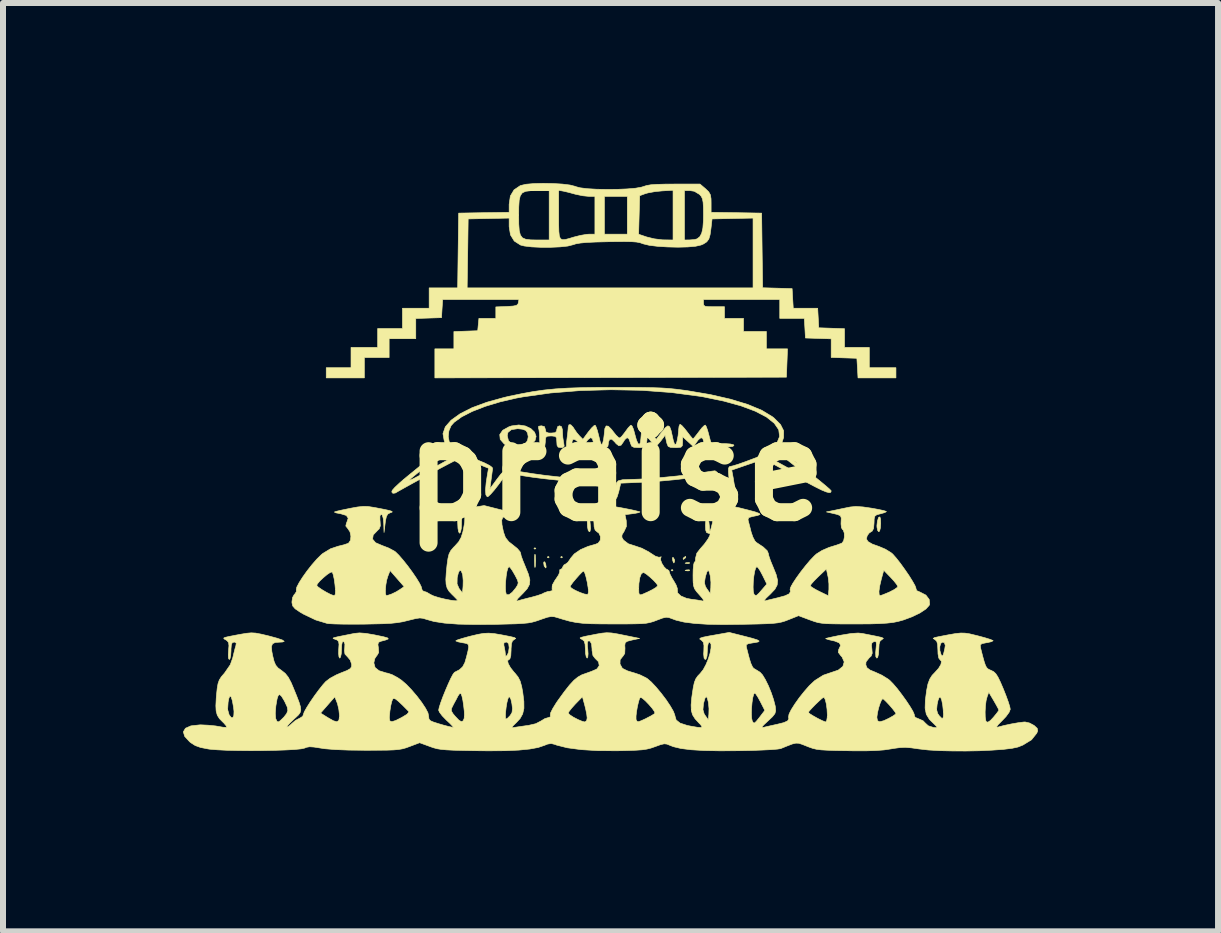
<source format=kicad_pcb>
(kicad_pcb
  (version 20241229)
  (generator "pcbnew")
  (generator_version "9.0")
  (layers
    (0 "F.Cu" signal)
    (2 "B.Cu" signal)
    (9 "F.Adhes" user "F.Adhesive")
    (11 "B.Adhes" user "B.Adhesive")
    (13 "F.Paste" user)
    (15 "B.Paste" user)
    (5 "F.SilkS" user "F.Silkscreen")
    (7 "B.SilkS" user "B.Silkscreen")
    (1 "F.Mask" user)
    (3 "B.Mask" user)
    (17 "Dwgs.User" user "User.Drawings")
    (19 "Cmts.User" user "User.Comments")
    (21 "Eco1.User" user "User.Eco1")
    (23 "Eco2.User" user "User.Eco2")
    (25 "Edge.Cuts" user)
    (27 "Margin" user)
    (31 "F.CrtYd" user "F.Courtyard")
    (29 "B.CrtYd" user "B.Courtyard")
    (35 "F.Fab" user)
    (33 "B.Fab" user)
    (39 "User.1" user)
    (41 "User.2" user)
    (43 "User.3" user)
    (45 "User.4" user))
  (footprint "praise"
    (layer "F.Cu")
    (at 7.212 4.795)
    (property "Reference" "praise" (at 0 0 0) (layer "F.SilkS") (effects (font (size 1.524 1.524) (thickness 0.3))))
    (attr through_hole)
    (fp_poly (pts (xy -1.333 1.294) (xy -1.349 1.306) (xy -1.365 1.294) (xy -1.349 1.282) (xy -1.333 1.294)) (stroke (width 0.01) (type solid)) (fill yes) (layer "F.SilkS"))
    (fp_poly (pts (xy -1.111 1.439) (xy -1.127 1.451) (xy -1.143 1.439) (xy -1.127 1.427) (xy -1.111 1.439)) (stroke (width 0.01) (type solid)) (fill yes) (layer "F.SilkS"))
    (fp_poly (pts (xy -0.889 1.439) (xy -0.905 1.451) (xy -0.921 1.439) (xy -0.905 1.427) (xy -0.889 1.439)) (stroke (width 0.01) (type solid)) (fill yes) (layer "F.SilkS"))
    (fp_poly (pts (xy 0.953 1.657) (xy 0.937 1.669) (xy 0.921 1.657) (xy 0.937 1.645) (xy 0.953 1.657)) (stroke (width 0.01) (type solid)) (fill yes) (layer "F.SilkS"))
    (fp_poly (pts (xy 1.23 1.534) (xy 1.22 1.545) (xy 1.188 1.546) (xy 1.154 1.54) (xy 1.169 1.532) (xy 1.218 1.529) (xy 1.23 1.534)) (stroke (width 0.01) (type solid)) (fill yes) (layer "F.SilkS"))
    (fp_poly (pts (xy 1.23 1.655) (xy 1.22 1.666) (xy 1.188 1.667) (xy 1.154 1.661) (xy 1.169 1.653) (xy 1.218 1.65) (xy 1.23 1.655)) (stroke (width 0.01) (type solid)) (fill yes) (layer "F.SilkS"))
    (fp_poly (pts (xy 0.959 1.447) (xy 0.98 1.488) (xy 0.978 1.515) (xy 0.966 1.536) (xy 0.953 1.512) (xy 0.947 1.492) (xy 0.941 1.448) (xy 0.959 1.446) (xy 0.959 1.447)) (stroke (width 0.01) (type solid)) (fill yes) (layer "F.SilkS"))
    (fp_poly (pts (xy 1.165 1.443) (xy 1.159 1.451) (xy 1.129 1.475) (xy 1.123 1.476) (xy 1.121 1.46) (xy 1.127 1.451) (xy 1.157 1.428) (xy 1.163 1.427) (xy 1.165 1.443)) (stroke (width 0.01) (type solid)) (fill yes) (layer "F.SilkS"))
    (fp_poly (pts (xy -1.169 1.552) (xy -1.169 1.554) (xy -1.161 1.606) (xy -1.17 1.619) (xy -1.192 1.59) (xy -1.195 1.585) (xy -1.203 1.534) (xy -1.199 1.519) (xy -1.185 1.516) (xy -1.169 1.552)) (stroke (width 0.01) (type solid)) (fill yes) (layer "F.SilkS"))
    (fp_poly (pts (xy -1.344 1.396) (xy -1.342 1.409) (xy -1.337 1.5) (xy -1.342 1.591) (xy -1.348 1.612) (xy -1.352 1.59) (xy -1.354 1.529) (xy -1.355 1.5) (xy -1.353 1.427) (xy -1.35 1.391) (xy -1.344 1.396)) (stroke (width 0.01) (type solid)) (fill yes) (layer "F.SilkS"))
    (fp_poly (pts (xy 4.41 0.803) (xy 4.413 0.877) (xy 4.408 0.952) (xy 4.395 1.002) (xy 4.381 1.016) (xy 4.362 0.994) (xy 4.351 0.94) (xy 4.35 0.913) (xy 4.358 0.84) (xy 4.375 0.784) (xy 4.381 0.774) (xy 4.4 0.768) (xy 4.41 0.803)) (stroke (width 0.01) (type solid)) (fill yes) (layer "F.SilkS"))
    (fp_poly (pts (xy -1.508 -0.747) (xy -1.417 -0.704) (xy -1.355 -0.644) (xy -1.329 -0.574) (xy -1.347 -0.503) (xy -1.417 -0.437) (xy -1.417 -0.437) (xy -1.531 -0.395) (xy -1.661 -0.386) (xy -1.784 -0.408) (xy -1.859 -0.446) (xy -1.927 -0.524) (xy -1.933 -0.586) (xy -1.81 -0.586) (xy -1.789 -0.499) (xy -1.727 -0.449) (xy -1.64 -0.435) (xy -1.557 -0.444) (xy -1.499 -0.464) (xy -1.499 -0.464) (xy -1.471 -0.508) (xy -1.46 -0.568) (xy -1.472 -0.631) (xy -1.499 -0.672) (xy -1.556 -0.693) (xy -1.635 -0.702) (xy -1.741 -0.686) (xy -1.798 -0.64) (xy -1.81 -0.586) (xy -1.933 -0.586) (xy -1.935 -0.603) (xy -1.886 -0.675) (xy -1.782 -0.733) (xy -1.738 -0.748) (xy -1.617 -0.764) (xy -1.508 -0.747)) (stroke (width 0.01) (type solid)) (fill yes) (layer "F.SilkS"))
    (fp_poly (pts (xy -0.905 -0.735) (xy -0.891 -0.686) (xy -0.889 -0.644) (xy -0.884 -0.557) (xy -0.872 -0.477) (xy -0.869 -0.463) (xy -0.861 -0.41) (xy -0.881 -0.39) (xy -0.917 -0.387) (xy -0.961 -0.394) (xy -0.98 -0.424) (xy -0.984 -0.484) (xy -0.988 -0.546) (xy -1.008 -0.573) (xy -1.059 -0.58) (xy -1.079 -0.581) (xy -1.141 -0.577) (xy -1.168 -0.556) (xy -1.175 -0.505) (xy -1.175 -0.484) (xy -1.183 -0.417) (xy -1.209 -0.389) (xy -1.222 -0.387) (xy -1.25 -0.398) (xy -1.265 -0.438) (xy -1.27 -0.516) (xy -1.27 -0.53) (xy -1.273 -0.614) (xy -1.281 -0.683) (xy -1.289 -0.712) (xy -1.287 -0.742) (xy -1.242 -0.75) (xy -1.19 -0.737) (xy -1.175 -0.691) (xy -1.175 -0.689) (xy -1.164 -0.646) (xy -1.121 -0.63) (xy -1.079 -0.629) (xy -1.011 -0.635) (xy -0.987 -0.663) (xy -0.984 -0.689) (xy -0.968 -0.738) (xy -0.937 -0.75) (xy -0.905 -0.735)) (stroke (width 0.01) (type solid)) (fill yes) (layer "F.SilkS"))
    (fp_poly (pts (xy 0.673 -0.524) (xy 0.77 -0.652) (xy 0.828 -0.722) (xy 0.868 -0.75) (xy 0.897 -0.733) (xy 0.92 -0.672) (xy 0.935 -0.605) (xy 0.958 -0.502) (xy 0.977 -0.446) (xy 0.994 -0.433) (xy 1.011 -0.463) (xy 1.02 -0.496) (xy 1.037 -0.586) (xy 1.046 -0.676) (xy 1.046 -0.683) (xy 1.053 -0.742) (xy 1.067 -0.773) (xy 1.072 -0.774) (xy 1.099 -0.755) (xy 1.144 -0.705) (xy 1.185 -0.653) (xy 1.235 -0.588) (xy 1.272 -0.544) (xy 1.286 -0.532) (xy 1.306 -0.552) (xy 1.346 -0.602) (xy 1.384 -0.652) (xy 1.434 -0.716) (xy 1.474 -0.755) (xy 1.491 -0.762) (xy 1.507 -0.735) (xy 1.529 -0.673) (xy 1.552 -0.589) (xy 1.554 -0.579) (xy 1.576 -0.498) (xy 1.597 -0.445) (xy 1.613 -0.427) (xy 1.615 -0.429) (xy 1.657 -0.445) (xy 1.734 -0.453) (xy 1.824 -0.453) (xy 1.907 -0.447) (xy 1.96 -0.434) (xy 1.968 -0.424) (xy 1.949 -0.407) (xy 1.885 -0.398) (xy 1.769 -0.396) (xy 1.722 -0.396) (xy 1.476 -0.399) (xy 1.466 -0.478) (xy 1.449 -0.538) (xy 1.419 -0.552) (xy 1.375 -0.518) (xy 1.346 -0.479) (xy 1.294 -0.402) (xy 1.113 -0.568) (xy 1.112 -0.478) (xy 1.108 -0.419) (xy 1.084 -0.393) (xy 1.022 -0.387) (xy 0.988 -0.387) (xy 0.911 -0.39) (xy 0.872 -0.407) (xy 0.852 -0.453) (xy 0.843 -0.49) (xy 0.821 -0.593) (xy 0.752 -0.502) (xy 0.706 -0.447) (xy 0.673 -0.415) (xy 0.666 -0.411) (xy 0.64 -0.43) (xy 0.598 -0.476) (xy 0.586 -0.49) (xy 0.524 -0.568) (xy 0.514 -0.478) (xy 0.503 -0.419) (xy 0.475 -0.393) (xy 0.41 -0.387) (xy 0.383 -0.387) (xy 0.302 -0.391) (xy 0.263 -0.411) (xy 0.243 -0.461) (xy 0.24 -0.472) (xy 0.216 -0.536) (xy 0.186 -0.552) (xy 0.149 -0.52) (xy 0.127 -0.484) (xy 0.088 -0.428) (xy 0.05 -0.417) (xy 0.005 -0.452) (xy -0.021 -0.483) (xy -0.068 -0.527) (xy -0.104 -0.524) (xy -0.124 -0.477) (xy -0.127 -0.44) (xy -0.134 -0.404) (xy -0.169 -0.39) (xy -0.246 -0.392) (xy -0.325 -0.401) (xy -0.361 -0.424) (xy -0.375 -0.475) (xy -0.375 -0.478) (xy -0.392 -0.538) (xy -0.423 -0.552) (xy -0.466 -0.518) (xy -0.495 -0.479) (xy -0.548 -0.401) (xy -0.617 -0.467) (xy -0.678 -0.518) (xy -0.713 -0.526) (xy -0.729 -0.492) (xy -0.73 -0.46) (xy -0.743 -0.404) (xy -0.782 -0.387) (xy -0.81 -0.393) (xy -0.823 -0.419) (xy -0.821 -0.476) (xy -0.814 -0.536) (xy -0.803 -0.623) (xy -0.796 -0.695) (xy -0.794 -0.729) (xy -0.781 -0.768) (xy -0.751 -0.767) (xy -0.712 -0.726) (xy -0.701 -0.708) (xy -0.652 -0.636) (xy -0.607 -0.583) (xy -0.549 -0.525) (xy -0.458 -0.648) (xy -0.406 -0.712) (xy -0.364 -0.752) (xy -0.345 -0.76) (xy -0.33 -0.733) (xy -0.308 -0.671) (xy -0.286 -0.586) (xy -0.283 -0.574) (xy -0.262 -0.488) (xy -0.245 -0.444) (xy -0.232 -0.439) (xy -0.22 -0.46) (xy -0.204 -0.525) (xy -0.194 -0.605) (xy -0.193 -0.617) (xy -0.183 -0.706) (xy -0.161 -0.748) (xy -0.125 -0.743) (xy -0.073 -0.691) (xy -0.047 -0.657) (xy 0.004 -0.593) (xy 0.047 -0.553) (xy 0.068 -0.547) (xy 0.099 -0.575) (xy 0.142 -0.63) (xy 0.159 -0.653) (xy 0.204 -0.714) (xy 0.242 -0.754) (xy 0.251 -0.76) (xy 0.27 -0.746) (xy 0.293 -0.694) (xy 0.315 -0.615) (xy 0.317 -0.605) (xy 0.344 -0.509) (xy 0.37 -0.453) (xy 0.392 -0.44) (xy 0.409 -0.47) (xy 0.417 -0.538) (xy 0.424 -0.623) (xy 0.438 -0.702) (xy 0.441 -0.714) (xy 0.461 -0.786) (xy 0.673 -0.524)) (stroke (width 0.01) (type solid)) (fill yes) (layer "F.SilkS"))
    (fp_poly (pts (xy -1.049 -4.787) (xy -0.894 -4.778) (xy -0.764 -4.762) (xy -0.678 -4.74) (xy -0.668 -4.735) (xy -0.597 -4.716) (xy -0.478 -4.701) (xy -0.325 -4.692) (xy -0.154 -4.689) (xy 0.022 -4.69) (xy 0.188 -4.697) (xy 0.328 -4.709) (xy 0.429 -4.727) (xy 0.454 -4.735) (xy 0.51 -4.753) (xy 0.582 -4.766) (xy 0.683 -4.773) (xy 0.826 -4.777) (xy 0.979 -4.778) (xy 1.402 -4.778) (xy 1.495 -4.699) (xy 1.547 -4.649) (xy 1.575 -4.599) (xy 1.586 -4.533) (xy 1.587 -4.463) (xy 1.587 -4.307) (xy 2.008 -4.301) (xy 2.429 -4.294) (xy 2.437 -3.672) (xy 2.446 -3.05) (xy 2.691 -3.043) (xy 2.937 -3.036) (xy 2.946 -2.873) (xy 2.956 -2.709) (xy 3.363 -2.709) (xy 3.372 -2.546) (xy 3.381 -2.383) (xy 3.81 -2.368) (xy 3.81 -2.212) (xy 3.81 -2.056) (xy 4.223 -2.056) (xy 4.223 -1.718) (xy 4.667 -1.718) (xy 4.667 -1.548) (xy 4.035 -1.548) (xy 4.026 -1.711) (xy 4.016 -1.875) (xy 3.802 -1.882) (xy 3.588 -1.889) (xy 3.588 -2.199) (xy 3.373 -2.206) (xy 3.159 -2.213) (xy 3.15 -2.377) (xy 3.14 -2.54) (xy 2.731 -2.54) (xy 2.731 -2.854) (xy 1.46 -2.854) (xy 1.46 -2.794) (xy 1.465 -2.759) (xy 1.489 -2.741) (xy 1.548 -2.735) (xy 1.635 -2.734) (xy 1.81 -2.734) (xy 1.81 -2.54) (xy 2.127 -2.54) (xy 2.127 -2.322) (xy 2.508 -2.322) (xy 2.508 -2.032) (xy 2.86 -2.032) (xy 2.842 -1.56) (xy -0.087 -1.554) (xy -3.016 -1.548) (xy -3.016 -2.032) (xy -2.699 -2.032) (xy -2.699 -2.32) (xy -2.5 -2.327) (xy -2.302 -2.334) (xy -2.292 -2.437) (xy -2.282 -2.54) (xy -2 -2.54) (xy -2 -2.731) (xy -1.818 -2.738) (xy -1.713 -2.745) (xy -1.657 -2.756) (xy -1.632 -2.778) (xy -1.625 -2.8) (xy -1.615 -2.854) (xy -2.886 -2.854) (xy -2.896 -2.703) (xy -2.905 -2.552) (xy -3.119 -2.545) (xy -3.334 -2.538) (xy -3.334 -2.201) (xy -3.778 -2.201) (xy -3.778 -1.887) (xy -4.191 -1.887) (xy -4.191 -1.548) (xy -4.826 -1.548) (xy -4.826 -1.718) (xy -4.413 -1.718) (xy -4.413 -2.056) (xy -3.969 -2.056) (xy -3.969 -2.371) (xy -3.556 -2.371) (xy -3.556 -2.709) (xy -3.111 -2.709) (xy -3.111 -3.048) (xy -2.636 -3.048) (xy -2.478 -3.048) (xy 2.286 -3.048) (xy 2.286 -3.629) (xy 2.286 -4.211) (xy 1.603 -4.197) (xy 1.585 -4.04) (xy 1.57 -3.933) (xy 1.549 -3.862) (xy 1.514 -3.815) (xy 1.46 -3.78) (xy 1.418 -3.762) (xy 1.33 -3.742) (xy 1.197 -3.73) (xy 1.036 -3.726) (xy 0.865 -3.73) (xy 0.7 -3.74) (xy 0.559 -3.757) (xy 0.459 -3.781) (xy 0.451 -3.784) (xy 0.402 -3.801) (xy 0.343 -3.812) (xy 0.262 -3.818) (xy 0.148 -3.82) (xy -0.011 -3.819) (xy -0.136 -3.817) (xy -0.338 -3.812) (xy -0.487 -3.805) (xy -0.593 -3.795) (xy -0.667 -3.782) (xy -0.714 -3.767) (xy -0.8 -3.745) (xy -0.93 -3.731) (xy -1.087 -3.724) (xy -1.25 -3.724) (xy -1.403 -3.731) (xy -1.526 -3.746) (xy -1.589 -3.762) (xy -1.693 -3.829) (xy -1.756 -3.931) (xy -1.778 -4.069) (xy -1.778 -4.076) (xy -1.778 -4.211) (xy -2.119 -4.204) (xy -2.461 -4.197) (xy -2.469 -3.623) (xy -2.478 -3.048) (xy -2.636 -3.048) (xy -2.62 -4.262) (xy -1.619 -4.262) (xy -1.618 -4.111) (xy -1.61 -4.002) (xy -1.591 -3.928) (xy -1.557 -3.882) (xy -1.501 -3.858) (xy -1.419 -3.848) (xy -1.313 -3.846) (xy -1.111 -3.846) (xy -1.111 -4.103) (xy -0.953 -4.103) (xy -0.95 -3.99) (xy -0.942 -3.913) (xy -0.924 -3.869) (xy -0.892 -3.851) (xy -0.842 -3.854) (xy -0.771 -3.873) (xy -0.699 -3.895) (xy -0.588 -3.923) (xy -0.485 -3.94) (xy -0.463 -3.942) (xy 0.379 -3.942) (xy 0.515 -3.896) (xy 0.637 -3.866) (xy 0.77 -3.849) (xy 0.802 -3.848) (xy 0.953 -3.846) (xy 0.953 -4.669) (xy 1.143 -4.669) (xy 1.143 -3.846) (xy 1.23 -3.847) (xy 1.308 -3.853) (xy 1.353 -3.865) (xy 1.399 -3.901) (xy 1.43 -3.958) (xy 1.45 -4.045) (xy 1.459 -4.168) (xy 1.46 -4.265) (xy 1.459 -4.388) (xy 1.454 -4.473) (xy 1.443 -4.531) (xy 1.424 -4.571) (xy 1.395 -4.605) (xy 1.395 -4.605) (xy 1.307 -4.658) (xy 1.236 -4.669) (xy 1.143 -4.669) (xy 0.953 -4.669) (xy 0.953 -4.675) (xy 0.77 -4.664) (xy 0.65 -4.652) (xy 0.54 -4.632) (xy 0.492 -4.619) (xy 0.397 -4.584) (xy 0.388 -4.263) (xy 0.379 -3.942) (xy -0.463 -3.942) (xy -0.443 -3.943) (xy -0.349 -3.943) (xy -0.349 -4.572) (xy -0.191 -4.572) (xy -0.191 -3.943) (xy 0.191 -3.943) (xy 0.191 -4.572) (xy -0.191 -4.572) (xy -0.349 -4.572) (xy -0.452 -4.573) (xy -0.551 -4.583) (xy -0.662 -4.606) (xy -0.683 -4.611) (xy -0.781 -4.638) (xy -0.866 -4.658) (xy -0.881 -4.661) (xy -0.953 -4.674) (xy -0.953 -4.26) (xy -0.953 -4.103) (xy -1.111 -4.103) (xy -1.111 -4.669) (xy -1.307 -4.669) (xy -1.421 -4.667) (xy -1.504 -4.657) (xy -1.559 -4.631) (xy -1.593 -4.583) (xy -1.611 -4.507) (xy -1.618 -4.395) (xy -1.619 -4.262) (xy -2.62 -4.262) (xy -2.619 -4.294) (xy -2.199 -4.301) (xy -1.778 -4.307) (xy -1.778 -4.441) (xy -1.758 -4.579) (xy -1.697 -4.681) (xy -1.594 -4.751) (xy -1.582 -4.755) (xy -1.496 -4.775) (xy -1.367 -4.786) (xy -1.212 -4.79) (xy -1.049 -4.787)) (stroke (width 0.01) (type solid)) (fill yes) (layer "F.SilkS"))
    (fp_poly (pts (xy 0.234 -1.39) (xy 0.447 -1.388) (xy 0.619 -1.385) (xy 0.761 -1.38) (xy 0.884 -1.372) (xy 1 -1.36) (xy 1.118 -1.345) (xy 1.191 -1.335) (xy 1.574 -1.27) (xy 1.911 -1.193) (xy 2.199 -1.105) (xy 2.432 -1.008) (xy 2.607 -0.902) (xy 2.633 -0.882) (xy 2.743 -0.772) (xy 2.796 -0.667) (xy 2.795 -0.555) (xy 2.771 -0.482) (xy 2.72 -0.362) (xy 3.154 -0.026) (xy 3.288 0.079) (xy 3.405 0.173) (xy 3.499 0.251) (xy 3.562 0.306) (xy 3.588 0.334) (xy 3.588 0.335) (xy 3.581 0.358) (xy 3.555 0.364) (xy 3.506 0.352) (xy 3.428 0.32) (xy 3.316 0.264) (xy 3.163 0.183) (xy 3.001 0.095) (xy 2.47 -0.197) (xy 2.201 -0.105) (xy 1.931 -0.012) (xy 1.956 0.121) (xy 1.979 0.264) (xy 1.986 0.362) (xy 1.974 0.416) (xy 1.943 0.425) (xy 1.892 0.39) (xy 1.819 0.31) (xy 1.722 0.186) (xy 1.677 0.124) (xy 1.635 0.076) (xy 1.59 0.062) (xy 1.527 0.072) (xy 1.383 0.098) (xy 1.193 0.124) (xy 0.977 0.149) (xy 0.752 0.17) (xy 0.536 0.185) (xy 0.445 0.19) (xy 0.081 0.206) (xy 0.048 0.349) (xy 0.02 0.438) (xy -0.014 0.493) (xy -0.049 0.508) (xy -0.073 0.491) (xy -0.087 0.458) (xy -0.108 0.394) (xy -0.126 0.333) (xy -0.163 0.194) (xy -0.407 0.193) (xy -0.556 0.189) (xy -0.744 0.176) (xy -0.956 0.157) (xy -1.172 0.134) (xy -1.374 0.109) (xy -1.546 0.083) (xy -1.648 0.063) (xy -1.807 0.027) (xy -1.959 0.235) (xy -2.027 0.322) (xy -2.086 0.389) (xy -2.128 0.428) (xy -2.143 0.433) (xy -2.166 0.4) (xy -2.172 0.321) (xy -2.161 0.197) (xy -2.147 0.106) (xy -2.122 -0.043) (xy -2.338 -0.13) (xy -2.444 -0.172) (xy -2.53 -0.203) (xy -2.579 -0.217) (xy -2.583 -0.218) (xy -2.614 -0.204) (xy -2.687 -0.167) (xy -2.793 -0.112) (xy -2.924 -0.043) (xy -3.07 0.036) (xy -3.222 0.118) (xy -3.37 0.199) (xy -3.506 0.274) (xy -3.622 0.339) (xy -3.675 0.37) (xy -3.715 0.375) (xy -3.734 0.353) (xy -3.726 0.326) (xy -3.683 0.277) (xy -3.603 0.202) (xy -3.549 0.155) (xy -3.44 0.155) (xy -3.424 0.154) (xy -3.371 0.13) (xy -3.278 0.081) (xy -3.14 0.006) (xy -2.956 -0.096) (xy -2.941 -0.104) (xy -2.597 -0.295) (xy -2.322 -0.187) (xy -2.187 -0.131) (xy -2.103 -0.088) (xy -2.061 -0.056) (xy -2.054 -0.033) (xy -2.061 0.015) (xy -2.071 0.092) (xy -2.08 0.157) (xy -2.1 0.302) (xy -1.979 0.137) (xy -1.915 0.054) (xy -1.869 0.006) (xy -1.831 -0.015) (xy -1.791 -0.017) (xy -1.778 -0.015) (xy -1.713 -0.005) (xy -1.604 0.013) (xy -1.47 0.034) (xy -1.397 0.046) (xy -1.18 0.076) (xy -0.938 0.103) (xy -0.69 0.125) (xy -0.46 0.14) (xy -0.27 0.145) (xy -0.267 0.145) (xy -0.096 0.145) (xy -0.076 0.241) (xy -0.054 0.3) (xy -0.028 0.323) (xy -0.006 0.308) (xy 0 0.267) (xy 0.008 0.204) (xy 0.04 0.167) (xy 0.11 0.149) (xy 0.229 0.144) (xy 0.234 0.144) (xy 0.387 0.139) (xy 0.583 0.127) (xy 0.803 0.108) (xy 1.026 0.086) (xy 1.234 0.061) (xy 1.391 0.038) (xy 1.507 0.02) (xy 1.599 0.006) (xy 1.65 0.000094) (xy 1.653 0) (xy 1.682 0.02) (xy 1.727 0.07) (xy 1.76 0.115) (xy 1.825 0.208) (xy 1.867 0.258) (xy 1.888 0.264) (xy 1.893 0.227) (xy 1.887 0.147) (xy 1.884 0.115) (xy 1.876 0.017) (xy 1.877 -0.041) (xy 1.89 -0.068) (xy 1.907 -0.073) (xy 1.953 -0.083) (xy 2.041 -0.11) (xy 2.154 -0.15) (xy 2.21 -0.171) (xy 2.47 -0.269) (xy 2.894 -0.034) (xy 3.054 0.054) (xy 3.166 0.114) (xy 3.231 0.144) (xy 3.249 0.144) (xy 3.22 0.112) (xy 3.145 0.049) (xy 3.025 -0.048) (xy 2.938 -0.116) (xy 2.829 -0.202) (xy 2.738 -0.276) (xy 2.673 -0.332) (xy 2.642 -0.361) (xy 2.641 -0.362) (xy 2.648 -0.397) (xy 2.677 -0.451) (xy 2.681 -0.457) (xy 2.728 -0.572) (xy 2.714 -0.684) (xy 2.64 -0.792) (xy 2.51 -0.896) (xy 2.324 -0.993) (xy 2.086 -1.082) (xy 1.796 -1.162) (xy 1.458 -1.232) (xy 1.397 -1.242) (xy 0.93 -1.304) (xy 0.432 -1.341) (xy -0.081 -1.351) (xy -0.592 -1.337) (xy -1.087 -1.297) (xy -1.547 -1.232) (xy -1.657 -1.212) (xy -1.928 -1.149) (xy -2.176 -1.074) (xy -2.392 -0.99) (xy -2.568 -0.9) (xy -2.694 -0.809) (xy -2.746 -0.751) (xy -2.782 -0.666) (xy -2.793 -0.57) (xy -2.777 -0.486) (xy -2.765 -0.463) (xy -2.756 -0.449) (xy -2.755 -0.434) (xy -2.765 -0.414) (xy -2.792 -0.384) (xy -2.841 -0.34) (xy -2.915 -0.277) (xy -3.019 -0.192) (xy -3.159 -0.079) (xy -3.3 0.034) (xy -3.374 0.094) (xy -3.422 0.135) (xy -3.44 0.155) (xy -3.549 0.155) (xy -3.482 0.099) (xy -3.319 -0.034) (xy -3.29 -0.058) (xy -3.137 -0.181) (xy -3.022 -0.275) (xy -2.941 -0.344) (xy -2.888 -0.393) (xy -2.859 -0.43) (xy -2.849 -0.457) (xy -2.851 -0.481) (xy -2.861 -0.506) (xy -2.881 -0.619) (xy -2.842 -0.732) (xy -2.745 -0.843) (xy -2.596 -0.95) (xy -2.397 -1.051) (xy -2.151 -1.142) (xy -1.863 -1.222) (xy -1.778 -1.242) (xy -1.569 -1.285) (xy -1.379 -1.32) (xy -1.195 -1.346) (xy -1.005 -1.365) (xy -0.797 -1.378) (xy -0.558 -1.386) (xy -0.278 -1.39) (xy -0.032 -1.39) (xy 0.234 -1.39)) (stroke (width 0.01) (type solid)) (fill yes) (layer "F.SilkS"))
    (fp_poly (pts (xy -1.934 0.645) (xy -1.808 0.677) (xy -1.739 0.701) (xy -1.724 0.718) (xy -1.76 0.736) (xy -1.842 0.758) (xy -1.849 0.759) (xy -1.886 0.78) (xy -1.902 0.823) (xy -1.898 0.897) (xy -1.875 1.009) (xy -1.873 1.019) (xy -1.84 1.112) (xy -1.784 1.182) (xy -1.714 1.237) (xy -1.642 1.295) (xy -1.597 1.348) (xy -1.587 1.372) (xy -1.578 1.417) (xy -1.551 1.492) (xy -1.514 1.582) (xy -1.508 1.597) (xy -1.457 1.723) (xy -1.433 1.818) (xy -1.44 1.894) (xy -1.478 1.965) (xy -1.549 2.043) (xy -1.564 2.058) (xy -1.632 2.127) (xy -1.657 2.163) (xy -1.641 2.169) (xy -1.635 2.167) (xy -1.569 2.148) (xy -1.47 2.122) (xy -1.404 2.106) (xy -1.304 2.078) (xy -1.227 2.051) (xy -1.2 2.036) (xy -1.137 2.012) (xy -1.103 2.008) (xy -1.06 1.997) (xy -1.063 1.96) (xy -1.061 1.93) (xy -0.762 1.93) (xy -0.737 1.957) (xy -0.676 1.992) (xy -0.598 2.027) (xy -0.524 2.053) (xy -0.474 2.061) (xy -0.467 2.059) (xy -0.457 2.025) (xy -0.46 1.963) (xy 0.381 1.963) (xy 0.383 2.033) (xy 0.393 2.064) (xy 0.419 2.066) (xy 0.452 2.054) (xy 0.531 2.019) (xy 0.611 1.979) (xy 0.671 1.942) (xy 0.698 1.915) (xy 0.699 1.914) (xy 0.679 1.881) (xy 0.631 1.828) (xy 0.569 1.771) (xy 0.509 1.722) (xy 0.465 1.695) (xy 0.458 1.693) (xy 0.424 1.716) (xy 0.399 1.78) (xy 0.384 1.877) (xy 0.381 1.963) (xy -0.46 1.963) (xy -0.461 1.954) (xy -0.477 1.858) (xy -0.478 1.853) (xy -0.498 1.766) (xy -0.518 1.702) (xy -0.534 1.671) (xy -0.536 1.67) (xy -0.563 1.688) (xy -0.609 1.735) (xy -0.664 1.797) (xy -0.716 1.859) (xy -0.752 1.909) (xy -0.762 1.93) (xy -1.061 1.93) (xy -1.059 1.904) (xy -1.014 1.823) (xy -1 1.804) (xy -0.956 1.738) (xy -0.935 1.687) (xy -0.936 1.67) (xy -0.934 1.647) (xy -0.923 1.645) (xy -0.893 1.625) (xy -0.889 1.608) (xy -0.863 1.567) (xy -0.842 1.557) (xy -0.801 1.527) (xy -0.761 1.47) (xy -0.757 1.461) (xy -0.693 1.385) (xy -0.588 1.313) (xy -0.462 1.259) (xy -0.413 1.245) (xy -0.336 1.223) (xy -0.294 1.204) (xy -0.26 1.157) (xy -0.257 1.094) (xy -0.283 1.038) (xy -0.31 1.019) (xy -0.345 0.989) (xy -0.362 0.932) (xy -0.365 0.869) (xy -0.373 0.78) (xy -0.398 0.736) (xy -0.407 0.731) (xy -0.429 0.735) (xy -0.437 0.768) (xy -0.432 0.839) (xy -0.429 0.868) (xy -0.421 0.962) (xy -0.431 1.009) (xy -0.442 1.016) (xy -0.461 0.993) (xy -0.473 0.931) (xy -0.476 0.859) (xy -0.479 0.771) (xy -0.491 0.722) (xy -0.513 0.703) (xy -0.524 0.702) (xy -0.566 0.691) (xy -0.572 0.682) (xy -0.543 0.667) (xy -0.467 0.647) (xy -0.36 0.624) (xy -0.337 0.62) (xy -0.216 0.599) (xy -0.128 0.591) (xy -0.047 0.594) (xy 0.053 0.609) (xy 0.142 0.626) (xy 0.258 0.649) (xy 0.349 0.67) (xy 0.398 0.683) (xy 0.402 0.685) (xy 0.384 0.696) (xy 0.32 0.709) (xy 0.284 0.714) (xy 0.152 0.731) (xy 0.173 0.83) (xy 0.176 0.926) (xy 0.137 1.01) (xy 0.102 1.067) (xy 0.1 1.108) (xy 0.128 1.155) (xy 0.208 1.216) (xy 0.317 1.251) (xy 0.432 1.29) (xy 0.547 1.35) (xy 0.575 1.369) (xy 0.659 1.423) (xy 0.718 1.441) (xy 0.732 1.438) (xy 0.757 1.433) (xy 0.748 1.449) (xy 0.746 1.487) (xy 0.767 1.543) (xy 0.803 1.6) (xy 0.841 1.638) (xy 0.859 1.645) (xy 0.885 1.665) (xy 0.889 1.682) (xy 0.903 1.724) (xy 0.937 1.79) (xy 0.964 1.833) (xy 1.004 1.903) (xy 1.024 1.959) (xy 1.024 1.978) (xy 1.029 2.034) (xy 1.084 2.086) (xy 1.178 2.125) (xy 1.256 2.14) (xy 1.356 2.153) (xy 1.435 2.167) (xy 1.455 2.171) (xy 1.466 2.163) (xy 1.441 2.123) (xy 1.395 2.07) (xy 1.343 2.011) (xy 1.31 1.963) (xy 1.293 1.909) (xy 1.289 1.863) (xy 1.476 1.863) (xy 1.492 1.927) (xy 1.517 1.967) (xy 1.572 2.044) (xy 1.582 1.947) (xy 1.582 1.937) (xy 2.287 1.937) (xy 2.29 2.011) (xy 2.302 2.057) (xy 2.307 2.064) (xy 2.329 2.077) (xy 2.35 2.071) (xy 2.384 2.039) (xy 2.432 1.984) (xy 2.516 1.887) (xy 2.445 1.742) (xy 2.405 1.667) (xy 2.37 1.615) (xy 2.35 1.597) (xy 2.33 1.619) (xy 2.313 1.676) (xy 2.299 1.757) (xy 2.29 1.848) (xy 2.287 1.937) (xy 1.582 1.937) (xy 1.584 1.857) (xy 1.574 1.761) (xy 1.572 1.746) (xy 1.554 1.679) (xy 1.537 1.658) (xy 1.517 1.685) (xy 1.494 1.758) (xy 1.489 1.779) (xy 1.476 1.863) (xy 1.289 1.863) (xy 1.287 1.835) (xy 1.286 1.739) (xy 1.288 1.644) (xy 1.295 1.57) (xy 1.305 1.529) (xy 1.31 1.524) (xy 1.325 1.503) (xy 1.328 1.454) (xy 1.349 1.373) (xy 1.408 1.297) (xy 1.475 1.221) (xy 1.532 1.141) (xy 1.542 1.125) (xy 1.569 1.07) (xy 1.569 1.045) (xy 1.54 1.04) (xy 1.54 1.04) (xy 1.512 1.029) (xy 1.497 0.989) (xy 1.493 0.912) (xy 1.493 0.901) (xy 1.499 0.826) (xy 1.515 0.795) (xy 1.534 0.806) (xy 1.551 0.857) (xy 1.559 0.931) (xy 1.562 0.99) (xy 1.568 1.005) (xy 1.58 0.977) (xy 1.587 0.956) (xy 1.614 0.848) (xy 1.609 0.779) (xy 1.573 0.75) (xy 1.564 0.749) (xy 1.495 0.734) (xy 1.448 0.714) (xy 1.418 0.695) (xy 1.41 0.681) (xy 1.433 0.669) (xy 1.495 0.654) (xy 1.605 0.635) (xy 1.702 0.619) (xy 1.812 0.602) (xy 1.892 0.594) (xy 1.965 0.598) (xy 2.051 0.615) (xy 2.173 0.646) (xy 2.194 0.651) (xy 2.321 0.685) (xy 2.389 0.71) (xy 2.402 0.728) (xy 2.363 0.744) (xy 2.278 0.761) (xy 2.215 0.779) (xy 2.202 0.813) (xy 2.205 0.829) (xy 2.219 0.882) (xy 2.24 0.962) (xy 2.255 1.023) (xy 2.283 1.104) (xy 2.316 1.167) (xy 2.339 1.192) (xy 2.456 1.27) (xy 2.521 1.331) (xy 2.54 1.375) (xy 2.55 1.42) (xy 2.576 1.496) (xy 2.613 1.586) (xy 2.619 1.6) (xy 2.671 1.729) (xy 2.695 1.826) (xy 2.688 1.903) (xy 2.65 1.974) (xy 2.579 2.049) (xy 2.565 2.063) (xy 2.504 2.121) (xy 2.473 2.16) (xy 2.476 2.171) (xy 2.477 2.17) (xy 2.532 2.155) (xy 2.625 2.133) (xy 2.699 2.115) (xy 2.82 2.082) (xy 2.887 2.05) (xy 2.91 2.013) (xy 2.903 1.98) (xy 2.912 1.942) (xy 2.927 1.915) (xy 3.239 1.915) (xy 3.263 1.938) (xy 3.327 1.977) (xy 3.389 2.009) (xy 3.54 2.082) (xy 3.547 2.007) (xy 4.384 2.007) (xy 4.387 2.064) (xy 4.403 2.08) (xy 4.44 2.069) (xy 4.512 2.04) (xy 4.561 2.019) (xy 4.64 1.978) (xy 4.69 1.942) (xy 4.698 1.928) (xy 4.68 1.894) (xy 4.634 1.836) (xy 4.581 1.778) (xy 4.464 1.657) (xy 4.424 1.802) (xy 4.397 1.917) (xy 4.384 2.007) (xy 3.547 2.007) (xy 3.55 1.976) (xy 3.55 1.883) (xy 3.539 1.781) (xy 3.533 1.753) (xy 3.508 1.636) (xy 3.373 1.764) (xy 3.305 1.832) (xy 3.257 1.886) (xy 3.239 1.915) (xy 2.927 1.915) (xy 2.949 1.874) (xy 3.007 1.786) (xy 3.079 1.686) (xy 3.158 1.585) (xy 3.236 1.492) (xy 3.307 1.418) (xy 3.343 1.385) (xy 3.436 1.327) (xy 3.551 1.277) (xy 3.586 1.266) (xy 3.68 1.237) (xy 3.751 1.211) (xy 3.77 1.202) (xy 3.796 1.164) (xy 3.808 1.102) (xy 3.806 1.037) (xy 3.789 0.989) (xy 3.777 0.979) (xy 3.759 0.948) (xy 3.752 0.886) (xy 3.753 0.853) (xy 3.756 0.785) (xy 3.741 0.749) (xy 3.693 0.728) (xy 3.635 0.714) (xy 3.508 0.685) (xy 3.651 0.656) (xy 3.768 0.631) (xy 3.88 0.608) (xy 3.905 0.603) (xy 3.998 0.594) (xy 4.118 0.602) (xy 4.262 0.623) (xy 4.377 0.644) (xy 4.464 0.663) (xy 4.506 0.677) (xy 4.508 0.68) (xy 4.481 0.696) (xy 4.415 0.715) (xy 4.405 0.717) (xy 4.346 0.733) (xy 4.315 0.757) (xy 4.304 0.802) (xy 4.302 0.87) (xy 4.294 0.961) (xy 4.27 1.006) (xy 4.26 1.01) (xy 4.219 1.039) (xy 4.188 1.082) (xy 4.175 1.135) (xy 4.201 1.179) (xy 4.273 1.221) (xy 4.385 1.261) (xy 4.491 1.306) (xy 4.584 1.363) (xy 4.613 1.387) (xy 4.673 1.455) (xy 4.742 1.543) (xy 4.814 1.643) (xy 4.883 1.743) (xy 4.941 1.836) (xy 4.983 1.91) (xy 5.001 1.956) (xy 5 1.963) (xy 5.014 1.997) (xy 5.071 2.022) (xy 5.166 2.071) (xy 5.221 2.143) (xy 5.228 2.223) (xy 5.221 2.242) (xy 5.167 2.302) (xy 5.068 2.368) (xy 4.938 2.431) (xy 4.793 2.485) (xy 4.703 2.51) (xy 4.618 2.527) (xy 4.518 2.538) (xy 4.392 2.546) (xy 4.229 2.551) (xy 4.015 2.552) (xy 3.969 2.552) (xy 3.768 2.552) (xy 3.619 2.55) (xy 3.509 2.547) (xy 3.428 2.539) (xy 3.364 2.528) (xy 3.304 2.51) (xy 3.237 2.486) (xy 3.228 2.483) (xy 3.044 2.414) (xy 2.879 2.48) (xy 2.819 2.503) (xy 2.763 2.52) (xy 2.7 2.533) (xy 2.619 2.542) (xy 2.51 2.548) (xy 2.361 2.553) (xy 2.162 2.557) (xy 2.111 2.558) (xy 1.789 2.562) (xy 1.524 2.557) (xy 1.308 2.543) (xy 1.137 2.521) (xy 1.003 2.489) (xy 0.949 2.469) (xy 0.886 2.446) (xy 0.838 2.44) (xy 0.78 2.453) (xy 0.689 2.487) (xy 0.684 2.489) (xy 0.623 2.512) (xy 0.567 2.528) (xy 0.505 2.54) (xy 0.424 2.547) (xy 0.313 2.55) (xy 0.161 2.552) (xy -0.032 2.552) (xy -0.253 2.551) (xy -0.424 2.548) (xy -0.558 2.54) (xy -0.67 2.526) (xy -0.773 2.505) (xy -0.88 2.475) (xy -0.958 2.451) (xy -1.024 2.432) (xy -1.079 2.428) (xy -1.142 2.44) (xy -1.237 2.472) (xy -1.259 2.48) (xy -1.329 2.504) (xy -1.393 2.522) (xy -1.463 2.535) (xy -1.552 2.543) (xy -1.67 2.55) (xy -1.829 2.554) (xy -2.016 2.559) (xy -2.351 2.561) (xy -2.629 2.555) (xy -2.854 2.538) (xy -3.03 2.511) (xy -3.152 2.477) (xy -3.213 2.458) (xy -3.267 2.452) (xy -3.335 2.462) (xy -3.437 2.487) (xy -3.462 2.493) (xy -3.551 2.515) (xy -3.641 2.53) (xy -3.745 2.541) (xy -3.878 2.548) (xy -4.052 2.552) (xy -4.191 2.555) (xy -4.374 2.556) (xy -4.542 2.555) (xy -4.681 2.552) (xy -4.777 2.547) (xy -4.81 2.543) (xy -5.002 2.485) (xy -5.205 2.388) (xy -5.263 2.354) (xy -5.344 2.299) (xy -5.384 2.253) (xy -5.397 2.199) (xy -5.397 2.178) (xy -5.387 2.111) (xy -5.36 2.063) (xy -5.353 2.058) (xy -5.324 2.014) (xy -5.325 1.983) (xy -5.317 1.939) (xy -5.301 1.909) (xy -4.985 1.909) (xy -4.961 1.936) (xy -4.901 1.978) (xy -4.825 2.023) (xy -4.751 2.061) (xy -4.697 2.08) (xy -4.69 2.08) (xy -4.675 2.057) (xy -4.672 1.991) (xy -4.673 1.98) (xy -3.84 1.98) (xy -3.839 2.044) (xy -3.829 2.078) (xy -3.824 2.08) (xy -3.785 2.07) (xy -3.736 2.053) (xy -3.659 2.016) (xy -3.598 1.978) (xy -3.528 1.93) (xy -3.645 1.796) (xy -3.762 1.662) (xy -3.799 1.756) (xy -3.819 1.822) (xy -3.833 1.902) (xy -3.84 1.98) (xy -4.673 1.98) (xy -4.681 1.893) (xy -4.694 1.801) (xy -4.71 1.729) (xy -4.725 1.689) (xy -4.728 1.686) (xy -4.758 1.693) (xy -4.811 1.728) (xy -4.873 1.78) (xy -4.932 1.835) (xy -4.973 1.884) (xy -4.985 1.909) (xy -5.301 1.909) (xy -5.279 1.866) (xy -5.22 1.773) (xy -5.146 1.669) (xy -5.065 1.566) (xy -4.983 1.472) (xy -4.908 1.398) (xy -4.884 1.378) (xy -4.754 1.299) (xy -4.629 1.257) (xy -4.536 1.234) (xy -4.467 1.211) (xy -4.453 1.204) (xy -4.422 1.158) (xy -4.415 1.089) (xy -4.43 1.017) (xy -4.466 0.963) (xy -4.5 0.92) (xy -4.489 0.87) (xy -4.483 0.859) (xy -4.46 0.79) (xy -4.491 0.744) (xy -4.58 0.717) (xy -4.593 0.714) (xy -4.662 0.701) (xy -4.69 0.688) (xy -4.689 0.686) (xy -4.653 0.674) (xy -4.571 0.655) (xy -4.459 0.632) (xy -4.432 0.626) (xy -4.305 0.603) (xy -4.214 0.593) (xy -4.135 0.594) (xy -4.043 0.608) (xy -3.992 0.617) (xy -3.853 0.644) (xy -3.768 0.663) (xy -3.729 0.677) (xy -3.728 0.688) (xy -3.757 0.699) (xy -3.762 0.7) (xy -3.799 0.72) (xy -3.823 0.76) (xy -3.839 0.833) (xy -3.844 0.873) (xy -3.863 1.028) (xy -3.868 0.877) (xy -3.877 0.788) (xy -3.894 0.736) (xy -3.909 0.726) (xy -3.931 0.748) (xy -3.931 0.817) (xy -3.929 0.837) (xy -3.924 0.917) (xy -3.944 0.968) (xy -3.969 0.992) (xy -4.043 1.069) (xy -4.054 1.138) (xy -4.004 1.198) (xy -3.892 1.246) (xy -3.889 1.247) (xy -3.785 1.287) (xy -3.692 1.337) (xy -3.672 1.351) (xy -3.616 1.406) (xy -3.545 1.488) (xy -3.467 1.586) (xy -3.39 1.691) (xy -3.322 1.791) (xy -3.27 1.876) (xy -3.241 1.936) (xy -3.239 1.95) (xy -3.225 1.994) (xy -3.201 2.008) (xy -3.153 2.023) (xy -3.09 2.06) (xy -3.087 2.062) (xy -3.035 2.086) (xy -2.95 2.113) (xy -2.851 2.137) (xy -2.754 2.156) (xy -2.677 2.166) (xy -2.637 2.163) (xy -2.635 2.16) (xy -2.653 2.137) (xy -2.699 2.09) (xy -2.732 2.058) (xy -2.779 2.008) (xy -2.811 1.956) (xy -2.828 1.893) (xy -2.829 1.884) (xy -2.646 1.884) (xy -2.613 1.961) (xy -2.608 1.967) (xy -2.556 2.036) (xy -2.547 1.937) (xy -1.841 1.937) (xy -1.837 2.011) (xy -1.826 2.057) (xy -1.821 2.064) (xy -1.781 2.065) (xy -1.726 2.023) (xy -1.667 1.951) (xy -1.637 1.904) (xy -1.627 1.866) (xy -1.639 1.82) (xy -1.674 1.751) (xy -1.684 1.733) (xy -1.726 1.661) (xy -1.761 1.612) (xy -1.78 1.597) (xy -1.798 1.619) (xy -1.815 1.676) (xy -1.828 1.757) (xy -1.837 1.848) (xy -1.841 1.937) (xy -2.547 1.937) (xy -2.546 1.919) (xy -2.544 1.83) (xy -2.551 1.746) (xy -2.555 1.723) (xy -2.577 1.668) (xy -2.601 1.659) (xy -2.623 1.695) (xy -2.642 1.772) (xy -2.644 1.783) (xy -2.646 1.884) (xy -2.829 1.884) (xy -2.833 1.81) (xy -2.826 1.696) (xy -2.813 1.568) (xy -2.798 1.461) (xy -2.78 1.387) (xy -2.751 1.33) (xy -2.705 1.276) (xy -2.681 1.252) (xy -2.619 1.183) (xy -2.578 1.11) (xy -2.549 1.017) (xy -2.537 0.959) (xy -2.519 0.853) (xy -2.517 0.786) (xy -2.529 0.75) (xy -2.536 0.743) (xy -2.556 0.741) (xy -2.567 0.775) (xy -2.572 0.85) (xy -2.572 0.878) (xy -2.576 0.962) (xy -2.588 1.02) (xy -2.603 1.04) (xy -2.62 1.018) (xy -2.631 0.958) (xy -2.635 0.871) (xy -2.635 0.871) (xy -2.639 0.784) (xy -2.651 0.724) (xy -2.667 0.702) (xy -2.667 0.702) (xy -2.698 0.686) (xy -2.699 0.681) (xy -2.67 0.667) (xy -2.594 0.648) (xy -2.484 0.626) (xy -2.447 0.62) (xy -2.195 0.579) (xy -1.934 0.645)) (stroke (width 0.01) (type solid)) (fill yes) (layer "F.SilkS"))
    (fp_poly (pts (xy 2.127 2.753) (xy 2.27 2.79) (xy 2.356 2.817) (xy 2.388 2.837) (xy 2.37 2.852) (xy 2.306 2.864) (xy 2.289 2.866) (xy 2.207 2.88) (xy 2.173 2.9) (xy 2.174 2.935) (xy 2.174 2.935) (xy 2.188 2.988) (xy 2.208 3.067) (xy 2.224 3.127) (xy 2.249 3.207) (xy 2.277 3.268) (xy 2.296 3.291) (xy 2.349 3.323) (xy 2.402 3.356) (xy 2.443 3.4) (xy 2.491 3.479) (xy 2.542 3.582) (xy 2.589 3.698) (xy 2.628 3.813) (xy 2.655 3.918) (xy 2.658 3.938) (xy 2.663 3.999) (xy 2.65 4.046) (xy 2.61 4.097) (xy 2.537 4.166) (xy 2.467 4.231) (xy 2.436 4.266) (xy 2.441 4.277) (xy 2.477 4.272) (xy 2.478 4.271) (xy 2.56 4.252) (xy 2.663 4.229) (xy 2.683 4.225) (xy 2.798 4.196) (xy 2.861 4.168) (xy 2.882 4.134) (xy 2.877 4.104) (xy 2.885 4.057) (xy 2.899 4.027) (xy 3.207 4.027) (xy 3.231 4.048) (xy 3.289 4.084) (xy 3.364 4.126) (xy 3.437 4.162) (xy 3.488 4.183) (xy 3.497 4.185) (xy 3.513 4.163) (xy 3.521 4.114) (xy 4.35 4.114) (xy 4.36 4.165) (xy 4.396 4.182) (xy 4.464 4.164) (xy 4.549 4.124) (xy 4.62 4.084) (xy 4.662 4.054) (xy 4.667 4.047) (xy 4.651 4.017) (xy 4.61 3.964) (xy 4.557 3.902) (xy 4.503 3.845) (xy 4.462 3.806) (xy 4.447 3.798) (xy 4.427 3.819) (xy 4.403 3.875) (xy 4.379 3.949) (xy 4.36 4.029) (xy 4.35 4.099) (xy 4.35 4.114) (xy 3.521 4.114) (xy 3.522 4.108) (xy 3.524 4.07) (xy 3.519 3.974) (xy 3.507 3.885) (xy 3.49 3.815) (xy 3.471 3.777) (xy 3.463 3.774) (xy 3.436 3.791) (xy 3.386 3.836) (xy 3.324 3.895) (xy 3.266 3.955) (xy 3.222 4.003) (xy 3.207 4.027) (xy 2.899 4.027) (xy 2.922 3.981) (xy 2.982 3.886) (xy 3.057 3.78) (xy 3.141 3.675) (xy 3.225 3.579) (xy 3.305 3.504) (xy 3.318 3.493) (xy 3.456 3.406) (xy 3.579 3.364) (xy 3.706 3.321) (xy 3.783 3.259) (xy 3.805 3.184) (xy 3.769 3.103) (xy 3.747 3.079) (xy 3.706 3.024) (xy 3.713 2.979) (xy 3.715 2.974) (xy 3.745 2.91) (xy 3.723 2.867) (xy 3.644 2.836) (xy 3.616 2.83) (xy 3.539 2.812) (xy 3.499 2.798) (xy 3.497 2.794) (xy 3.531 2.785) (xy 3.611 2.767) (xy 3.722 2.744) (xy 3.756 2.738) (xy 3.919 2.711) (xy 4.037 2.703) (xy 4.105 2.71) (xy 4.202 2.729) (xy 4.318 2.752) (xy 4.348 2.758) (xy 4.431 2.777) (xy 4.458 2.792) (xy 4.439 2.808) (xy 4.436 2.81) (xy 4.403 2.836) (xy 4.386 2.888) (xy 4.381 2.977) (xy 4.376 3.055) (xy 4.363 3.107) (xy 4.349 3.121) (xy 4.332 3.098) (xy 4.329 3.033) (xy 4.334 2.976) (xy 4.341 2.896) (xy 4.338 2.855) (xy 4.321 2.843) (xy 4.299 2.847) (xy 4.267 2.867) (xy 4.259 2.91) (xy 4.266 2.967) (xy 4.272 3.04) (xy 4.254 3.087) (xy 4.22 3.118) (xy 4.168 3.184) (xy 4.165 3.233) (xy 4.184 3.281) (xy 4.236 3.32) (xy 4.321 3.355) (xy 4.431 3.405) (xy 4.533 3.468) (xy 4.562 3.49) (xy 4.62 3.549) (xy 4.69 3.631) (xy 4.764 3.728) (xy 4.837 3.829) (xy 4.9 3.924) (xy 4.948 4.004) (xy 4.972 4.059) (xy 4.973 4.076) (xy 4.987 4.108) (xy 5.047 4.133) (xy 5.119 4.165) (xy 5.157 4.204) (xy 5.206 4.249) (xy 5.294 4.277) (xy 5.347 4.281) (xy 5.35 4.267) (xy 5.315 4.231) (xy 5.311 4.227) (xy 5.225 4.143) (xy 5.173 4.057) (xy 5.158 3.981) (xy 5.345 3.981) (xy 5.362 4.043) (xy 5.388 4.081) (xy 5.428 4.122) (xy 5.447 4.124) (xy 5.456 4.102) (xy 5.459 4.055) (xy 5.457 4.018) (xy 6.153 4.018) (xy 6.155 4.104) (xy 6.165 4.165) (xy 6.172 4.181) (xy 6.199 4.189) (xy 6.241 4.161) (xy 6.29 4.109) (xy 6.342 4.046) (xy 6.375 4.001) (xy 6.382 3.988) (xy 6.37 3.96) (xy 6.338 3.901) (xy 6.298 3.831) (xy 6.214 3.689) (xy 6.187 3.762) (xy 6.169 3.831) (xy 6.158 3.922) (xy 6.153 4.018) (xy 5.457 4.018) (xy 5.454 3.978) (xy 5.446 3.903) (xy 5.428 3.813) (xy 5.408 3.77) (xy 5.387 3.776) (xy 5.367 3.829) (xy 5.353 3.894) (xy 5.345 3.981) (xy 5.158 3.981) (xy 5.153 3.955) (xy 5.157 3.822) (xy 5.159 3.809) (xy 5.178 3.661) (xy 5.2 3.552) (xy 5.23 3.471) (xy 5.27 3.408) (xy 5.315 3.361) (xy 5.378 3.291) (xy 5.417 3.225) (xy 5.425 3.173) (xy 5.403 3.15) (xy 5.381 3.121) (xy 5.368 3.051) (xy 5.366 2.987) (xy 5.363 2.928) (xy 5.398 2.928) (xy 5.399 2.995) (xy 5.419 3.062) (xy 5.42 3.064) (xy 5.438 3.087) (xy 5.453 3.07) (xy 5.464 3.036) (xy 5.481 2.964) (xy 5.489 2.909) (xy 5.474 2.864) (xy 5.445 2.854) (xy 5.414 2.875) (xy 5.398 2.928) (xy 5.363 2.928) (xy 5.362 2.896) (xy 5.347 2.841) (xy 5.318 2.813) (xy 5.312 2.81) (xy 5.287 2.793) (xy 5.31 2.779) (xy 5.383 2.763) (xy 5.545 2.732) (xy 5.661 2.712) (xy 5.748 2.703) (xy 5.819 2.705) (xy 5.893 2.716) (xy 5.984 2.738) (xy 6.037 2.751) (xy 6.151 2.782) (xy 6.238 2.809) (xy 6.283 2.828) (xy 6.286 2.831) (xy 6.259 2.847) (xy 6.19 2.863) (xy 6.173 2.865) (xy 6.099 2.88) (xy 6.072 2.903) (xy 6.076 2.947) (xy 6.11 3.081) (xy 6.136 3.175) (xy 6.157 3.238) (xy 6.177 3.277) (xy 6.2 3.3) (xy 6.23 3.316) (xy 6.254 3.326) (xy 6.295 3.347) (xy 6.331 3.381) (xy 6.366 3.435) (xy 6.407 3.519) (xy 6.458 3.638) (xy 6.503 3.752) (xy 6.54 3.854) (xy 6.564 3.932) (xy 6.572 3.974) (xy 6.552 4.025) (xy 6.5 4.096) (xy 6.437 4.162) (xy 6.369 4.231) (xy 6.344 4.267) (xy 6.361 4.273) (xy 6.366 4.271) (xy 6.463 4.245) (xy 6.584 4.219) (xy 6.703 4.198) (xy 6.797 4.186) (xy 6.819 4.185) (xy 6.892 4.202) (xy 6.967 4.242) (xy 6.97 4.244) (xy 7.021 4.291) (xy 7.029 4.333) (xy 7.014 4.371) (xy 6.926 4.482) (xy 6.782 4.57) (xy 6.699 4.603) (xy 6.602 4.624) (xy 6.454 4.642) (xy 6.267 4.655) (xy 6.056 4.665) (xy 5.831 4.669) (xy 5.606 4.668) (xy 5.393 4.663) (xy 5.206 4.652) (xy 5.056 4.635) (xy 5.055 4.635) (xy 4.921 4.616) (xy 4.822 4.608) (xy 4.733 4.612) (xy 4.628 4.626) (xy 4.583 4.634) (xy 4.468 4.651) (xy 4.334 4.661) (xy 4.171 4.666) (xy 3.963 4.666) (xy 3.858 4.664) (xy 3.665 4.661) (xy 3.523 4.656) (xy 3.42 4.65) (xy 3.343 4.64) (xy 3.28 4.625) (xy 3.218 4.603) (xy 3.182 4.589) (xy 3.104 4.558) (xy 3.049 4.54) (xy 3 4.538) (xy 2.94 4.552) (xy 2.854 4.585) (xy 2.746 4.629) (xy 2.695 4.637) (xy 2.59 4.646) (xy 2.443 4.653) (xy 2.263 4.66) (xy 2.062 4.664) (xy 2.06 4.664) (xy 1.735 4.666) (xy 1.467 4.661) (xy 1.252 4.648) (xy 1.085 4.627) (xy 0.959 4.597) (xy 0.905 4.576) (xy 0.851 4.554) (xy 0.805 4.549) (xy 0.745 4.563) (xy 0.654 4.596) (xy 0.585 4.62) (xy 0.517 4.637) (xy 0.438 4.649) (xy 0.334 4.656) (xy 0.192 4.661) (xy 0.023 4.665) (xy -0.3 4.663) (xy -0.58 4.646) (xy -0.811 4.615) (xy -0.989 4.57) (xy -1.013 4.56) (xy -1.077 4.544) (xy -1.139 4.554) (xy -1.188 4.574) (xy -1.294 4.61) (xy -1.435 4.636) (xy -1.616 4.654) (xy -1.844 4.664) (xy -2.126 4.666) (xy -2.328 4.664) (xy -2.542 4.66) (xy -2.703 4.656) (xy -2.822 4.65) (xy -2.91 4.642) (xy -2.979 4.631) (xy -3.038 4.615) (xy -3.099 4.594) (xy -3.103 4.592) (xy -3.27 4.531) (xy -3.437 4.594) (xy -3.5 4.617) (xy -3.558 4.633) (xy -3.622 4.644) (xy -3.705 4.651) (xy -3.817 4.655) (xy -3.971 4.656) (xy -4.159 4.657) (xy -4.449 4.654) (xy -4.679 4.645) (xy -4.85 4.631) (xy -4.915 4.621) (xy -5.03 4.603) (xy -5.103 4.598) (xy -5.155 4.607) (xy -5.185 4.62) (xy -5.244 4.633) (xy -5.354 4.644) (xy -5.506 4.652) (xy -5.688 4.658) (xy -5.887 4.662) (xy -6.094 4.663) (xy -6.296 4.661) (xy -6.483 4.657) (xy -6.643 4.649) (xy -6.764 4.639) (xy -6.792 4.635) (xy -6.92 4.61) (xy -7.009 4.578) (xy -7.085 4.529) (xy -7.102 4.515) (xy -7.184 4.426) (xy -7.207 4.35) (xy -7.172 4.29) (xy -7.081 4.25) (xy -6.938 4.234) (xy -6.919 4.233) (xy -6.793 4.239) (xy -6.671 4.251) (xy -6.625 4.259) (xy -6.544 4.273) (xy -6.492 4.275) (xy -6.486 4.272) (xy -6.494 4.248) (xy -6.533 4.202) (xy -6.552 4.184) (xy -6.606 4.129) (xy -6.641 4.073) (xy -6.66 4.005) (xy -6.662 3.978) (xy -6.469 3.978) (xy -6.444 4.066) (xy -6.409 4.112) (xy -6.382 4.114) (xy -6.366 4.078) (xy -6.364 4.04) (xy -5.675 4.04) (xy -5.669 4.126) (xy -5.647 4.175) (xy -5.626 4.185) (xy -5.596 4.167) (xy -5.548 4.121) (xy -5.532 4.105) (xy -5.485 4.045) (xy -5.466 3.994) (xy -5.476 3.935) (xy -5.514 3.853) (xy -5.53 3.823) (xy -5.571 3.756) (xy -5.602 3.728) (xy -5.626 3.743) (xy -5.645 3.8) (xy -5.663 3.904) (xy -5.666 3.924) (xy -5.675 4.04) (xy -6.364 4.04) (xy -6.363 4.007) (xy -6.37 3.943) (xy -6.39 3.832) (xy -6.41 3.768) (xy -6.429 3.753) (xy -6.447 3.786) (xy -6.461 3.853) (xy -6.469 3.978) (xy -6.662 3.978) (xy -6.665 3.915) (xy -6.659 3.791) (xy -6.655 3.741) (xy -6.643 3.626) (xy -6.629 3.546) (xy -6.608 3.486) (xy -6.574 3.432) (xy -6.522 3.372) (xy -6.425 3.232) (xy -6.384 3.118) (xy -6.363 3.03) (xy -6.343 2.951) (xy -6.333 2.921) (xy -6.325 2.872) (xy -6.35 2.855) (xy -6.362 2.854) (xy -6.392 2.864) (xy -6.407 2.898) (xy -6.413 2.967) (xy -6.413 3) (xy -6.418 3.076) (xy -6.429 3.129) (xy -6.442 3.145) (xy -6.455 3.123) (xy -6.458 3.066) (xy -6.454 2.999) (xy -6.447 2.914) (xy -6.453 2.863) (xy -6.477 2.832) (xy -6.496 2.819) (xy -6.526 2.802) (xy -6.535 2.788) (xy -6.513 2.776) (xy -6.453 2.762) (xy -6.346 2.741) (xy -6.255 2.724) (xy -6.153 2.707) (xy -6.076 2.7) (xy -6.003 2.704) (xy -5.913 2.721) (xy -5.786 2.751) (xy -5.643 2.79) (xy -5.556 2.82) (xy -5.526 2.842) (xy -5.556 2.853) (xy -5.596 2.855) (xy -5.675 2.86) (xy -5.721 2.882) (xy -5.739 2.928) (xy -5.733 3.007) (xy -5.72 3.076) (xy -5.696 3.173) (xy -5.669 3.237) (xy -5.63 3.284) (xy -5.572 3.326) (xy -5.509 3.376) (xy -5.459 3.439) (xy -5.411 3.529) (xy -5.379 3.604) (xy -5.32 3.748) (xy -5.279 3.855) (xy -5.256 3.931) (xy -5.25 3.986) (xy -5.261 4.029) (xy -5.288 4.067) (xy -5.332 4.109) (xy -5.364 4.138) (xy -5.43 4.201) (xy -5.473 4.25) (xy -5.484 4.272) (xy -5.457 4.263) (xy -5.412 4.224) (xy -5.4 4.212) (xy -5.338 4.159) (xy -5.276 4.126) (xy -5.27 4.124) (xy -5.218 4.091) (xy -5.207 4.06) (xy -5.199 4.037) (xy -4.92 4.037) (xy -4.802 4.111) (xy -4.707 4.165) (xy -4.648 4.182) (xy -4.616 4.16) (xy -4.608 4.112) (xy -3.775 4.112) (xy -3.767 4.166) (xy -3.734 4.181) (xy -3.667 4.16) (xy -3.568 4.11) (xy -3.479 4.056) (xy -3.449 4.018) (xy -3.453 4.008) (xy -3.553 3.907) (xy -3.623 3.841) (xy -3.669 3.804) (xy -3.698 3.793) (xy -3.716 3.801) (xy -3.719 3.805) (xy -3.735 3.846) (xy -3.752 3.919) (xy -3.766 4.01) (xy -3.766 4.013) (xy -3.775 4.112) (xy -4.608 4.112) (xy -4.606 4.097) (xy -4.606 4.07) (xy -4.616 3.976) (xy -4.638 3.882) (xy -4.646 3.861) (xy -4.683 3.766) (xy -4.802 3.902) (xy -4.92 4.037) (xy -5.199 4.037) (xy -5.192 4.017) (xy -5.151 3.944) (xy -5.092 3.851) (xy -5.022 3.749) (xy -4.948 3.649) (xy -4.879 3.562) (xy -4.834 3.512) (xy -4.762 3.457) (xy -4.657 3.4) (xy -4.577 3.366) (xy -4.478 3.327) (xy -4.425 3.296) (xy -4.404 3.264) (xy -4.402 3.225) (xy -4.426 3.154) (xy -4.47 3.101) (xy -4.514 3.054) (xy -4.523 2.992) (xy -4.518 2.956) (xy -4.515 2.886) (xy -4.533 2.846) (xy -4.537 2.844) (xy -4.558 2.852) (xy -4.569 2.903) (xy -4.572 2.974) (xy -4.576 3.051) (xy -4.588 3.104) (xy -4.601 3.121) (xy -4.614 3.099) (xy -4.62 3.042) (xy -4.618 2.974) (xy -4.613 2.892) (xy -4.62 2.845) (xy -4.642 2.821) (xy -4.676 2.808) (xy -4.712 2.794) (xy -4.703 2.782) (xy -4.642 2.767) (xy -4.604 2.759) (xy -4.489 2.736) (xy -4.379 2.714) (xy -4.354 2.709) (xy -4.272 2.701) (xy -4.166 2.709) (xy -4.021 2.734) (xy -3.993 2.74) (xy -3.868 2.766) (xy -3.803 2.785) (xy -3.792 2.801) (xy -3.834 2.819) (xy -3.917 2.841) (xy -3.955 2.858) (xy -3.965 2.896) (xy -3.957 2.95) (xy -3.952 3.028) (xy -3.98 3.077) (xy -3.985 3.081) (xy -4.017 3.129) (xy -4.032 3.197) (xy -4.032 3.203) (xy -4.012 3.278) (xy -3.946 3.331) (xy -3.826 3.368) (xy -3.799 3.373) (xy -3.726 3.398) (xy -3.635 3.447) (xy -3.57 3.491) (xy -3.49 3.56) (xy -3.403 3.651) (xy -3.315 3.754) (xy -3.236 3.858) (xy -3.172 3.955) (xy -3.131 4.033) (xy -3.121 4.082) (xy -3.114 4.137) (xy -3.089 4.165) (xy -3.043 4.185) (xy -2.963 4.211) (xy -2.871 4.238) (xy -2.784 4.261) (xy -2.724 4.273) (xy -2.708 4.273) (xy -2.723 4.253) (xy -2.768 4.206) (xy -2.827 4.151) (xy -2.894 4.082) (xy -2.939 4.022) (xy -2.947 4.002) (xy -2.741 4.002) (xy -2.713 4.048) (xy -2.678 4.09) (xy -2.615 4.156) (xy -2.573 4.18) (xy -2.545 4.166) (xy -2.528 4.127) (xy -2.524 4.087) (xy -1.841 4.087) (xy -1.837 4.129) (xy -1.831 4.137) (xy -1.801 4.119) (xy -1.76 4.077) (xy -1.73 4.027) (xy -1.723 3.961) (xy -1.732 3.882) (xy -1.749 3.806) (xy -1.769 3.769) (xy -1.783 3.768) (xy -1.799 3.8) (xy -1.815 3.861) (xy -1.828 3.939) (xy -1.837 4.019) (xy -1.841 4.087) (xy -2.524 4.087) (xy -2.523 4.08) (xy -2.526 4.004) (xy -2.536 3.915) (xy -2.549 3.826) (xy -2.565 3.754) (xy -2.581 3.712) (xy -2.584 3.708) (xy -2.607 3.717) (xy -2.631 3.752) (xy -2.662 3.813) (xy -2.703 3.888) (xy -2.71 3.902) (xy -2.739 3.961) (xy -2.741 4.002) (xy -2.947 4.002) (xy -2.953 3.989) (xy -2.943 3.941) (xy -2.918 3.863) (xy -2.882 3.765) (xy -2.839 3.659) (xy -2.794 3.554) (xy -2.752 3.462) (xy -2.716 3.394) (xy -2.691 3.36) (xy -2.689 3.358) (xy -2.606 3.315) (xy -2.553 3.266) (xy -2.516 3.196) (xy -2.49 3.107) (xy -2.464 3.002) (xy -2.452 2.936) (xy -2.457 2.903) (xy -1.867 2.903) (xy -1.861 2.93) (xy -1.847 3.002) (xy -1.841 3.057) (xy -1.836 3.091) (xy -1.817 3.08) (xy -1.81 3.072) (xy -1.789 3.025) (xy -1.779 2.956) (xy -1.778 2.945) (xy -1.786 2.882) (xy -1.813 2.856) (xy -1.83 2.854) (xy -1.864 2.865) (xy -1.867 2.903) (xy -2.457 2.903) (xy -2.457 2.898) (xy -2.482 2.879) (xy -2.529 2.869) (xy -2.556 2.865) (xy -2.629 2.85) (xy -2.666 2.835) (xy -2.667 2.833) (xy -2.639 2.818) (xy -2.564 2.794) (xy -2.457 2.764) (xy -2.414 2.753) (xy -2.296 2.725) (xy -2.204 2.709) (xy -2.119 2.705) (xy -2.024 2.713) (xy -1.901 2.734) (xy -1.763 2.761) (xy -1.688 2.779) (xy -1.668 2.794) (xy -1.692 2.81) (xy -1.723 2.834) (xy -1.74 2.883) (xy -1.746 2.965) (xy -1.746 2.989) (xy -1.751 3.081) (xy -1.766 3.134) (xy -1.781 3.145) (xy -1.804 3.163) (xy -1.794 3.211) (xy -1.757 3.279) (xy -1.696 3.356) (xy -1.68 3.373) (xy -1.63 3.435) (xy -1.595 3.503) (xy -1.57 3.592) (xy -1.552 3.689) (xy -1.533 3.842) (xy -1.532 3.959) (xy -1.553 4.051) (xy -1.596 4.128) (xy -1.654 4.191) (xy -1.712 4.248) (xy -1.733 4.275) (xy -1.718 4.281) (xy -1.68 4.274) (xy -1.6 4.262) (xy -1.494 4.247) (xy -1.46 4.243) (xy -1.335 4.214) (xy -1.248 4.169) (xy -1.183 4.129) (xy -1.125 4.112) (xy -1.125 4.112) (xy -1.088 4.099) (xy -1.092 4.073) (xy -1.087 4.036) (xy -0.794 4.036) (xy -0.769 4.065) (xy -0.708 4.105) (xy -0.631 4.145) (xy -0.559 4.175) (xy -0.517 4.185) (xy -0.487 4.164) (xy -0.482 4.138) (xy 0.336 4.138) (xy 0.339 4.151) (xy 0.354 4.175) (xy 0.376 4.181) (xy 0.421 4.165) (xy 0.504 4.127) (xy 0.506 4.125) (xy 0.585 4.084) (xy 0.64 4.05) (xy 0.651 4.04) (xy 0.643 4.011) (xy 0.606 3.958) (xy 0.552 3.895) (xy 0.493 3.834) (xy 0.441 3.789) (xy 0.41 3.774) (xy 0.394 3.795) (xy 0.377 3.852) (xy 0.359 3.928) (xy 0.345 4.01) (xy 0.336 4.085) (xy 0.336 4.138) (xy -0.482 4.138) (xy -0.478 4.118) (xy -0.485 4.058) (xy -0.502 3.973) (xy -0.518 3.908) (xy -0.557 3.765) (xy -0.676 3.887) (xy -0.737 3.955) (xy -0.78 4.01) (xy -0.794 4.036) (xy -1.087 4.036) (xy -1.087 4.033) (xy -1.051 3.961) (xy -0.991 3.864) (xy -0.964 3.825) (xy -0.858 3.679) (xy -0.772 3.57) (xy -0.699 3.491) (xy -0.633 3.437) (xy -0.568 3.4) (xy -0.501 3.376) (xy -0.406 3.342) (xy -0.33 3.309) (xy -0.313 3.299) (xy -0.277 3.246) (xy -0.289 3.182) (xy -0.345 3.126) (xy -0.345 3.126) (xy -0.382 3.078) (xy -0.397 2.992) (xy -0.397 2.97) (xy -0.405 2.884) (xy -0.43 2.84) (xy -0.441 2.835) (xy -0.465 2.837) (xy -0.475 2.866) (xy -0.473 2.93) (xy -0.468 2.972) (xy -0.463 3.05) (xy -0.468 3.104) (xy -0.479 3.121) (xy -0.494 3.099) (xy -0.505 3.042) (xy -0.508 2.977) (xy -0.513 2.889) (xy -0.529 2.837) (xy -0.561 2.81) (xy -0.564 2.809) (xy -0.592 2.795) (xy -0.596 2.784) (xy -0.567 2.772) (xy -0.497 2.755) (xy -0.377 2.732) (xy -0.328 2.722) (xy -0.229 2.705) (xy -0.151 2.698) (xy -0.073 2.702) (xy 0.027 2.718) (xy 0.132 2.739) (xy 0.396 2.793) (xy 0.269 2.82) (xy 0.192 2.84) (xy 0.156 2.864) (xy 0.149 2.909) (xy 0.152 2.956) (xy 0.148 3.044) (xy 0.115 3.094) (xy 0.112 3.096) (xy 0.071 3.149) (xy 0.069 3.219) (xy 0.104 3.284) (xy 0.123 3.299) (xy 0.195 3.334) (xy 0.289 3.363) (xy 0.299 3.365) (xy 0.398 3.398) (xy 0.5 3.448) (xy 0.522 3.461) (xy 0.589 3.518) (xy 0.669 3.603) (xy 0.754 3.705) (xy 0.837 3.814) (xy 0.907 3.919) (xy 0.959 4.009) (xy 0.983 4.073) (xy 0.984 4.082) (xy 1.005 4.152) (xy 1.07 4.204) (xy 1.189 4.243) (xy 1.244 4.254) (xy 1.36 4.274) (xy 1.421 4.278) (xy 1.435 4.264) (xy 1.41 4.228) (xy 1.385 4.203) (xy 1.32 4.132) (xy 1.278 4.066) (xy 1.257 3.993) (xy 1.257 3.981) (xy 1.451 3.981) (xy 1.472 4.052) (xy 1.488 4.076) (xy 1.54 4.149) (xy 1.55 4.052) (xy 1.55 4.045) (xy 2.258 4.045) (xy 2.262 4.121) (xy 2.273 4.17) (xy 2.274 4.171) (xy 2.291 4.199) (xy 2.31 4.202) (xy 2.34 4.175) (xy 2.391 4.111) (xy 2.399 4.101) (xy 2.482 3.992) (xy 2.408 3.847) (xy 2.367 3.772) (xy 2.333 3.72) (xy 2.314 3.701) (xy 2.297 3.723) (xy 2.281 3.781) (xy 2.269 3.862) (xy 2.261 3.955) (xy 2.258 4.045) (xy 1.55 4.045) (xy 1.552 3.962) (xy 1.543 3.865) (xy 1.54 3.85) (xy 1.522 3.783) (xy 1.504 3.763) (xy 1.484 3.792) (xy 1.463 3.868) (xy 1.459 3.888) (xy 1.451 3.981) (xy 1.257 3.981) (xy 1.254 3.901) (xy 1.265 3.777) (xy 1.272 3.728) (xy 1.29 3.609) (xy 1.308 3.527) (xy 1.331 3.468) (xy 1.364 3.42) (xy 1.406 3.376) (xy 1.456 3.313) (xy 1.502 3.228) (xy 1.541 3.133) (xy 1.57 3.038) (xy 1.586 2.953) (xy 1.586 2.889) (xy 1.566 2.857) (xy 1.556 2.854) (xy 1.539 2.877) (xy 1.527 2.934) (xy 1.524 3) (xy 1.519 3.085) (xy 1.503 3.135) (xy 1.489 3.145) (xy 1.47 3.122) (xy 1.463 3.054) (xy 1.466 2.998) (xy 1.468 2.911) (xy 1.458 2.858) (xy 1.431 2.826) (xy 1.419 2.819) (xy 1.397 2.802) (xy 1.407 2.788) (xy 1.456 2.772) (xy 1.555 2.752) (xy 1.625 2.74) (xy 1.889 2.693) (xy 2.127 2.753)) (stroke (width 0.01) (type solid)) (fill yes) (layer "F.SilkS")))
  (gr_rect
    (start -3 -3)
    (end 17.246 12.469)
    (stroke (width 0.1) (type default))
    (fill no)
    (layer "Edge.Cuts")))
</source>
